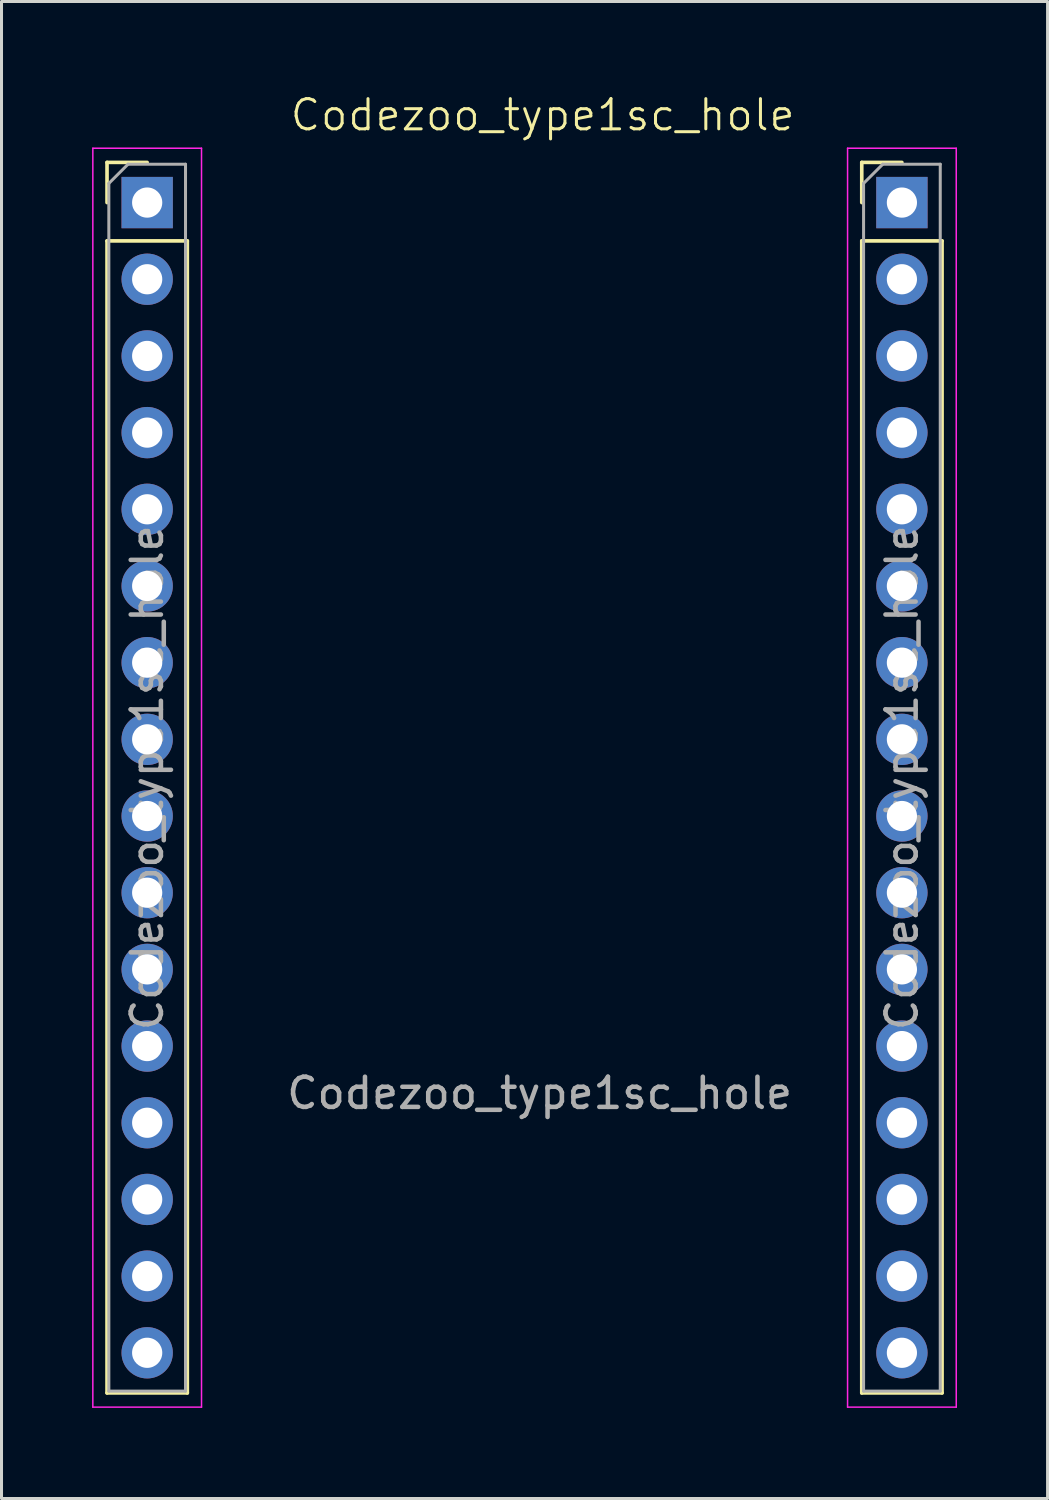
<source format=kicad_pcb>
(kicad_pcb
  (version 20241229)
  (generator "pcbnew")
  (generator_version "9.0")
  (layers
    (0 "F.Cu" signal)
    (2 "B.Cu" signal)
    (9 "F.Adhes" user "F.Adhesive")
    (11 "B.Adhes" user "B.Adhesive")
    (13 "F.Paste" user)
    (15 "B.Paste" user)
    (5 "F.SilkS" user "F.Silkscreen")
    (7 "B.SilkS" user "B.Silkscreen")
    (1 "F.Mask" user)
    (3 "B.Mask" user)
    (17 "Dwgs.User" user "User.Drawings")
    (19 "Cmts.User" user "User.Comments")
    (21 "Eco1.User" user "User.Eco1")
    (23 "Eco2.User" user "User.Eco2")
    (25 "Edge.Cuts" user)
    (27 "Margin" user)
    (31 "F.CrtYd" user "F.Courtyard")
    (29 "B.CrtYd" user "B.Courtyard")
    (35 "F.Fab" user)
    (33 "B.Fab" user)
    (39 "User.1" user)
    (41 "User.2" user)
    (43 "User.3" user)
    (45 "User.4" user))
  (footprint "Codezoo_type1sc_hole"
    (layer "F.Cu")
    (at 14.825 1.46)
    (property "Reference" "Codezoo_type1sc_hole" (at 0.1 -0.7 0) (unlocked yes) (layer "F.SilkS") (effects (font (size 1 1) (thickness 0.1))))
    (attr through_hole)
    (fp_line (start -14.33 0.87) (end -13 0.87) (stroke (width 0.12) (type solid)) (layer "F.SilkS"))
    (fp_line (start -14.33 2.2) (end -14.33 0.87) (stroke (width 0.12) (type solid)) (layer "F.SilkS"))
    (fp_line (start -14.33 3.47) (end -14.33 41.63) (stroke (width 0.12) (type solid)) (layer "F.SilkS"))
    (fp_line (start -14.33 3.47) (end -11.67 3.47) (stroke (width 0.12) (type solid)) (layer "F.SilkS"))
    (fp_line (start -14.33 41.63) (end -11.67 41.63) (stroke (width 0.12) (type solid)) (layer "F.SilkS"))
    (fp_line (start -11.67 3.47) (end -11.67 41.63) (stroke (width 0.12) (type solid)) (layer "F.SilkS"))
    (fp_line (start 10.67 0.87) (end 12 0.87) (stroke (width 0.12) (type solid)) (layer "F.SilkS"))
    (fp_line (start 10.67 2.2) (end 10.67 0.87) (stroke (width 0.12) (type solid)) (layer "F.SilkS"))
    (fp_line (start 10.67 3.47) (end 10.67 41.63) (stroke (width 0.12) (type solid)) (layer "F.SilkS"))
    (fp_line (start 10.67 3.47) (end 13.33 3.47) (stroke (width 0.12) (type solid)) (layer "F.SilkS"))
    (fp_line (start 10.67 41.63) (end 13.33 41.63) (stroke (width 0.12) (type solid)) (layer "F.SilkS"))
    (fp_line (start 13.33 3.47) (end 13.33 41.63) (stroke (width 0.12) (type solid)) (layer "F.SilkS"))
    (fp_line (start -14.8 0.4) (end -14.8 42.1) (stroke (width 0.05) (type solid)) (layer "F.CrtYd"))
    (fp_line (start -14.8 42.1) (end -11.2 42.1) (stroke (width 0.05) (type solid)) (layer "F.CrtYd"))
    (fp_line (start -11.2 0.4) (end -14.8 0.4) (stroke (width 0.05) (type solid)) (layer "F.CrtYd"))
    (fp_line (start -11.2 42.1) (end -11.2 0.4) (stroke (width 0.05) (type solid)) (layer "F.CrtYd"))
    (fp_line (start 10.2 0.4) (end 10.2 42.1) (stroke (width 0.05) (type solid)) (layer "F.CrtYd"))
    (fp_line (start 10.2 42.1) (end 13.8 42.1) (stroke (width 0.05) (type solid)) (layer "F.CrtYd"))
    (fp_line (start 13.8 0.4) (end 10.2 0.4) (stroke (width 0.05) (type solid)) (layer "F.CrtYd"))
    (fp_line (start 13.8 42.1) (end 13.8 0.4) (stroke (width 0.05) (type solid)) (layer "F.CrtYd"))
    (fp_line (start -14.27 1.565) (end -13.635 0.93) (stroke (width 0.1) (type solid)) (layer "F.Fab"))
    (fp_line (start -14.27 41.57) (end -14.27 1.565) (stroke (width 0.1) (type solid)) (layer "F.Fab"))
    (fp_line (start -13.635 0.93) (end -11.73 0.93) (stroke (width 0.1) (type solid)) (layer "F.Fab"))
    (fp_line (start -11.73 0.93) (end -11.73 41.57) (stroke (width 0.1) (type solid)) (layer "F.Fab"))
    (fp_line (start -11.73 41.57) (end -14.27 41.57) (stroke (width 0.1) (type solid)) (layer "F.Fab"))
    (fp_line (start 10.73 1.565) (end 11.365 0.93) (stroke (width 0.1) (type solid)) (layer "F.Fab"))
    (fp_line (start 10.73 41.57) (end 10.73 1.565) (stroke (width 0.1) (type solid)) (layer "F.Fab"))
    (fp_line (start 11.365 0.93) (end 13.27 0.93) (stroke (width 0.1) (type solid)) (layer "F.Fab"))
    (fp_line (start 13.27 0.93) (end 13.27 41.57) (stroke (width 0.1) (type solid)) (layer "F.Fab"))
    (fp_line (start 13.27 41.57) (end 10.73 41.57) (stroke (width 0.1) (type solid)) (layer "F.Fab"))
    (fp_text user "${REFERENCE}" (at 0 31.7 0) (unlocked yes) (layer "F.Fab") (effects (font (size 1 1) (thickness 0.15))))
    (fp_text user "${REFERENCE}" (at 12 21.25 90) (layer "F.Fab") (effects (font (size 1 1) (thickness 0.15))))
    (fp_text user "${REFERENCE}" (at -13 21.25 90) (layer "F.Fab") (effects (font (size 1 1) (thickness 0.15))))
    (pad "1" thru_hole rect (at -13 2.2) (size 1.7 1.7) (drill 1) (layers "*.Cu" "*.Mask"))
    (pad "2" thru_hole oval (at -13 4.74) (size 1.7 1.7) (drill 1) (layers "*.Cu" "*.Mask"))
    (pad "3" thru_hole oval (at -13 7.28) (size 1.7 1.7) (drill 1) (layers "*.Cu" "*.Mask"))
    (pad "4" thru_hole oval (at -13 9.82) (size 1.7 1.7) (drill 1) (layers "*.Cu" "*.Mask"))
    (pad "5" thru_hole oval (at -13 12.36) (size 1.7 1.7) (drill 1) (layers "*.Cu" "*.Mask"))
    (pad "6" thru_hole oval (at -13 14.9) (size 1.7 1.7) (drill 1) (layers "*.Cu" "*.Mask"))
    (pad "7" thru_hole oval (at -13 17.44) (size 1.7 1.7) (drill 1) (layers "*.Cu" "*.Mask"))
    (pad "8" thru_hole oval (at -13 19.98) (size 1.7 1.7) (drill 1) (layers "*.Cu" "*.Mask"))
    (pad "9" thru_hole oval (at -13 22.52) (size 1.7 1.7) (drill 1) (layers "*.Cu" "*.Mask"))
    (pad "10" thru_hole oval (at -13 25.06) (size 1.7 1.7) (drill 1) (layers "*.Cu" "*.Mask"))
    (pad "11" thru_hole oval (at -13 27.6) (size 1.7 1.7) (drill 1) (layers "*.Cu" "*.Mask"))
    (pad "12" thru_hole oval (at -13 30.14) (size 1.7 1.7) (drill 1) (layers "*.Cu" "*.Mask"))
    (pad "13" thru_hole oval (at -13 32.68) (size 1.7 1.7) (drill 1) (layers "*.Cu" "*.Mask"))
    (pad "14" thru_hole oval (at -13 35.22) (size 1.7 1.7) (drill 1) (layers "*.Cu" "*.Mask"))
    (pad "15" thru_hole oval (at -13 37.76) (size 1.7 1.7) (drill 1) (layers "*.Cu" "*.Mask"))
    (pad "16" thru_hole oval (at -13 40.3) (size 1.7 1.7) (drill 1) (layers "*.Cu" "*.Mask"))
    (pad "17" thru_hole rect (at 12 2.2) (size 1.7 1.7) (drill 1) (layers "*.Cu" "*.Mask"))
    (pad "18" thru_hole oval (at 12 4.74) (size 1.7 1.7) (drill 1) (layers "*.Cu" "*.Mask"))
    (pad "19" thru_hole oval (at 12 7.28) (size 1.7 1.7) (drill 1) (layers "*.Cu" "*.Mask"))
    (pad "20" thru_hole oval (at 12 9.82) (size 1.7 1.7) (drill 1) (layers "*.Cu" "*.Mask"))
    (pad "21" thru_hole oval (at 12 12.36) (size 1.7 1.7) (drill 1) (layers "*.Cu" "*.Mask"))
    (pad "22" thru_hole oval (at 12 14.9) (size 1.7 1.7) (drill 1) (layers "*.Cu" "*.Mask"))
    (pad "23" thru_hole oval (at 12 17.44) (size 1.7 1.7) (drill 1) (layers "*.Cu" "*.Mask"))
    (pad "24" thru_hole oval (at 12 19.98) (size 1.7 1.7) (drill 1) (layers "*.Cu" "*.Mask"))
    (pad "25" thru_hole oval (at 12 22.52) (size 1.7 1.7) (drill 1) (layers "*.Cu" "*.Mask"))
    (pad "26" thru_hole oval (at 12 25.06) (size 1.7 1.7) (drill 1) (layers "*.Cu" "*.Mask"))
    (pad "27" thru_hole oval (at 12 27.6) (size 1.7 1.7) (drill 1) (layers "*.Cu" "*.Mask"))
    (pad "28" thru_hole oval (at 12 30.14) (size 1.7 1.7) (drill 1) (layers "*.Cu" "*.Mask"))
    (pad "29" thru_hole oval (at 12 32.68) (size 1.7 1.7) (drill 1) (layers "*.Cu" "*.Mask"))
    (pad "30" thru_hole oval (at 12 35.22) (size 1.7 1.7) (drill 1) (layers "*.Cu" "*.Mask"))
    (pad "31" thru_hole oval (at 12 37.76) (size 1.7 1.7) (drill 1) (layers "*.Cu" "*.Mask"))
    (pad "32" thru_hole oval (at 12 40.3) (size 1.7 1.7) (drill 1) (layers "*.Cu" "*.Mask")))
  (gr_rect
    (start -3 -3)
    (end 31.65 46.586)
    (stroke (width 0.1) (type default))
    (fill no)
    (layer "Edge.Cuts")))
</source>
